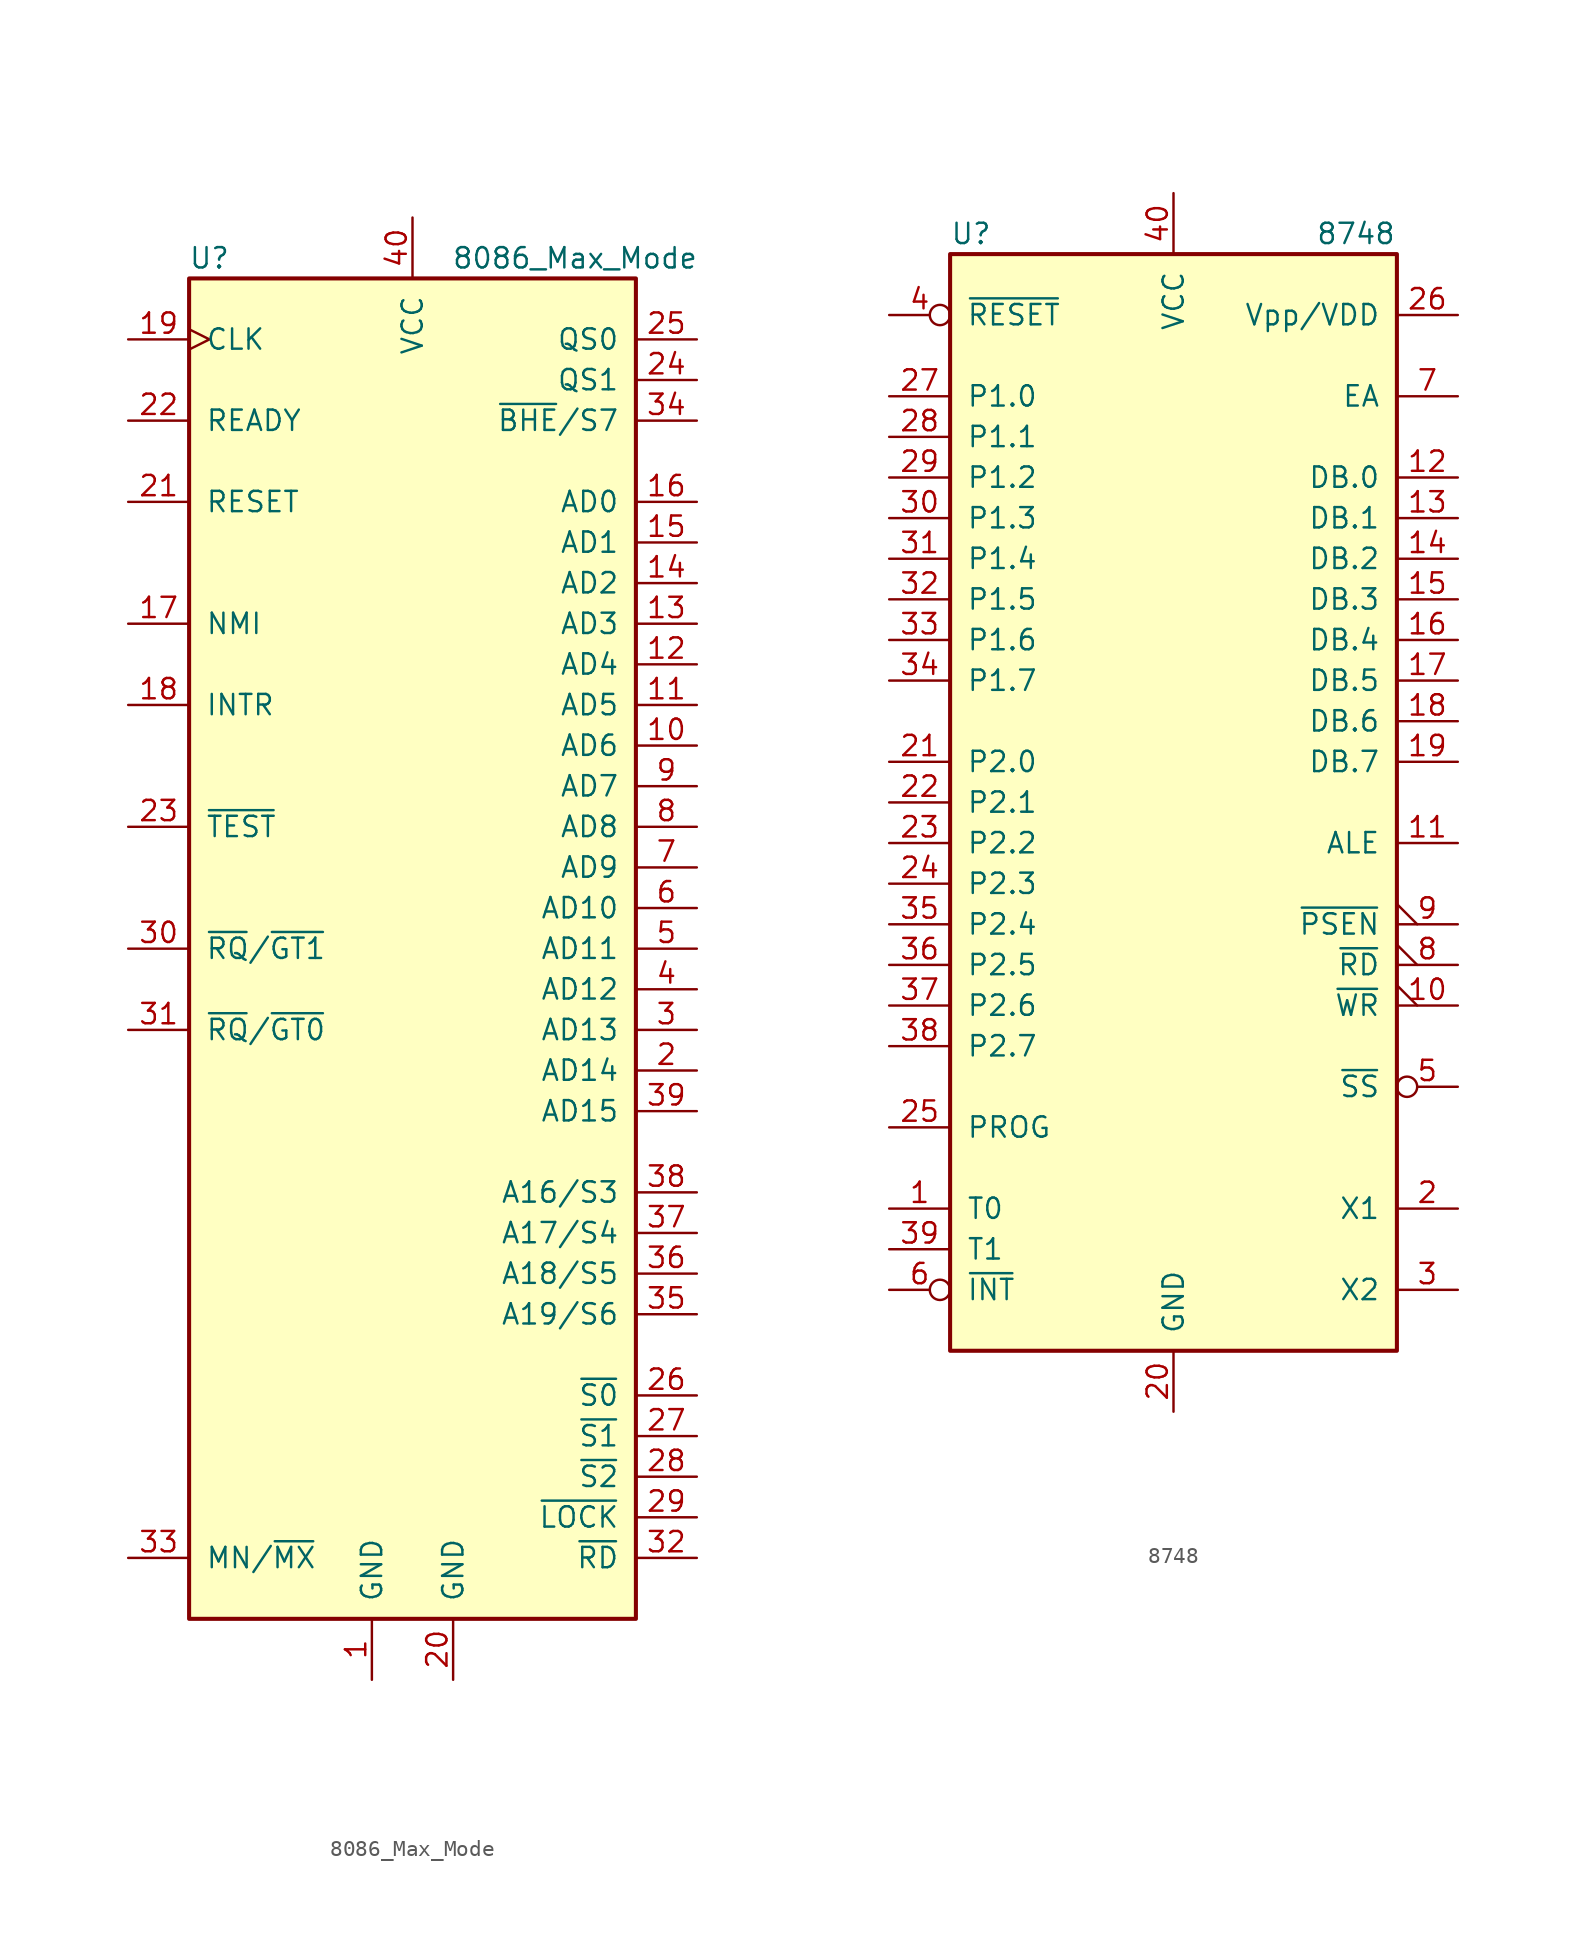
<source format=kicad_sym>
(kicad_symbol_lib
  (version 20201005)
  (generator kicad_symbol_editor)
  (symbol "8086_Max_Mode"
    (pin_names
      (offset 1.016))
    (property "Reference" "U"
      (at -12.7 43.18 0)
      (effects (font (size 1.27 1.27))))
    (property "Value" "8086_Max_Mode"
      (at 10.16 43.18 0)
      (effects (font (size 1.27 1.27))))
    (symbol "8086_Max_Mode_0_1"
      (rectangle (start 13.97 -41.91) (end -13.97 41.91) (stroke (width 0.254)) (fill (type background))))
    (symbol "8086_Max_Mode_1_1"
      (pin power_in line (at -2.54 -45.72 90) (length 3.81) (name "GND" (effects (font (size 1.27 1.27)))) (number "1" (effects (font (size 1.27 1.27)))))
      (pin bidirectional line (at 17.78 12.7 180) (length 3.81) (name "AD6" (effects (font (size 1.27 1.27)))) (number "10" (effects (font (size 1.27 1.27)))))
      (pin bidirectional line (at 17.78 15.24 180) (length 3.81) (name "AD5" (effects (font (size 1.27 1.27)))) (number "11" (effects (font (size 1.27 1.27)))))
      (pin bidirectional line (at 17.78 17.78 180) (length 3.81) (name "AD4" (effects (font (size 1.27 1.27)))) (number "12" (effects (font (size 1.27 1.27)))))
      (pin bidirectional line (at 17.78 20.32 180) (length 3.81) (name "AD3" (effects (font (size 1.27 1.27)))) (number "13" (effects (font (size 1.27 1.27)))))
      (pin bidirectional line (at 17.78 22.86 180) (length 3.81) (name "AD2" (effects (font (size 1.27 1.27)))) (number "14" (effects (font (size 1.27 1.27)))))
      (pin bidirectional line (at 17.78 25.4 180) (length 3.81) (name "AD1" (effects (font (size 1.27 1.27)))) (number "15" (effects (font (size 1.27 1.27)))))
      (pin bidirectional line (at 17.78 27.94 180) (length 3.81) (name "AD0" (effects (font (size 1.27 1.27)))) (number "16" (effects (font (size 1.27 1.27)))))
      (pin input line (at -17.78 20.32 0) (length 3.81) (name "NMI" (effects (font (size 1.27 1.27)))) (number "17" (effects (font (size 1.27 1.27)))))
      (pin input line (at -17.78 15.24 0) (length 3.81) (name "INTR" (effects (font (size 1.27 1.27)))) (number "18" (effects (font (size 1.27 1.27)))))
      (pin input clock (at -17.78 38.1 0) (length 3.81) (name "CLK" (effects (font (size 1.27 1.27)))) (number "19" (effects (font (size 1.27 1.27)))))
      (pin bidirectional line (at 17.78 -7.62 180) (length 3.81) (name "AD14" (effects (font (size 1.27 1.27)))) (number "2" (effects (font (size 1.27 1.27)))))
      (pin power_in line (at 2.54 -45.72 90) (length 3.81) (name "GND" (effects (font (size 1.27 1.27)))) (number "20" (effects (font (size 1.27 1.27)))))
      (pin input line (at -17.78 27.94 0) (length 3.81) (name "RESET" (effects (font (size 1.27 1.27)))) (number "21" (effects (font (size 1.27 1.27)))))
      (pin input line (at -17.78 33.02 0) (length 3.81) (name "READY" (effects (font (size 1.27 1.27)))) (number "22" (effects (font (size 1.27 1.27)))))
      (pin input line (at -17.78 7.62 0) (length 3.81) (name "~TEST~" (effects (font (size 1.27 1.27)))) (number "23" (effects (font (size 1.27 1.27)))))
      (pin output line (at 17.78 35.56 180) (length 3.81) (name "QS1" (effects (font (size 1.27 1.27)))) (number "24" (effects (font (size 1.27 1.27)))))
      (pin output line (at 17.78 38.1 180) (length 3.81) (name "QS0" (effects (font (size 1.27 1.27)))) (number "25" (effects (font (size 1.27 1.27)))))
      (pin output line (at 17.78 -27.94 180) (length 3.81) (name "~S0~" (effects (font (size 1.27 1.27)))) (number "26" (effects (font (size 1.27 1.27)))))
      (pin output line (at 17.78 -30.48 180) (length 3.81) (name "~S1~" (effects (font (size 1.27 1.27)))) (number "27" (effects (font (size 1.27 1.27)))))
      (pin output line (at 17.78 -33.02 180) (length 3.81) (name "~S2~" (effects (font (size 1.27 1.27)))) (number "28" (effects (font (size 1.27 1.27)))))
      (pin output line (at 17.78 -35.56 180) (length 3.81) (name "~LOCK~" (effects (font (size 1.27 1.27)))) (number "29" (effects (font (size 1.27 1.27)))))
      (pin bidirectional line (at 17.78 -5.08 180) (length 3.81) (name "AD13" (effects (font (size 1.27 1.27)))) (number "3" (effects (font (size 1.27 1.27)))))
      (pin bidirectional line (at -17.78 0 0) (length 3.81) (name "~RQ~/~GT1~" (effects (font (size 1.27 1.27)))) (number "30" (effects (font (size 1.27 1.27)))))
      (pin bidirectional line (at -17.78 -5.08 0) (length 3.81) (name "~RQ~/~GT0~" (effects (font (size 1.27 1.27)))) (number "31" (effects (font (size 1.27 1.27)))))
      (pin output line (at 17.78 -38.1 180) (length 3.81) (name "~RD~" (effects (font (size 1.27 1.27)))) (number "32" (effects (font (size 1.27 1.27)))))
      (pin input line (at -17.78 -38.1 0) (length 3.81) (name "MN/~MX~" (effects (font (size 1.27 1.27)))) (number "33" (effects (font (size 1.27 1.27)))))
      (pin output line (at 17.78 33.02 180) (length 3.81) (name "~BHE~/S7" (effects (font (size 1.27 1.27)))) (number "34" (effects (font (size 1.27 1.27)))))
      (pin output line (at 17.78 -22.86 180) (length 3.81) (name "A19/S6" (effects (font (size 1.27 1.27)))) (number "35" (effects (font (size 1.27 1.27)))))
      (pin output line (at 17.78 -20.32 180) (length 3.81) (name "A18/S5" (effects (font (size 1.27 1.27)))) (number "36" (effects (font (size 1.27 1.27)))))
      (pin output line (at 17.78 -17.78 180) (length 3.81) (name "A17/S4" (effects (font (size 1.27 1.27)))) (number "37" (effects (font (size 1.27 1.27)))))
      (pin output line (at 17.78 -15.24 180) (length 3.81) (name "A16/S3" (effects (font (size 1.27 1.27)))) (number "38" (effects (font (size 1.27 1.27)))))
      (pin bidirectional line (at 17.78 -10.16 180) (length 3.81) (name "AD15" (effects (font (size 1.27 1.27)))) (number "39" (effects (font (size 1.27 1.27)))))
      (pin bidirectional line (at 17.78 -2.54 180) (length 3.81) (name "AD12" (effects (font (size 1.27 1.27)))) (number "4" (effects (font (size 1.27 1.27)))))
      (pin power_in line (at 0 45.72 270) (length 3.81) (name "VCC" (effects (font (size 1.27 1.27)))) (number "40" (effects (font (size 1.27 1.27)))))
      (pin bidirectional line (at 17.78 0 180) (length 3.81) (name "AD11" (effects (font (size 1.27 1.27)))) (number "5" (effects (font (size 1.27 1.27)))))
      (pin bidirectional line (at 17.78 2.54 180) (length 3.81) (name "AD10" (effects (font (size 1.27 1.27)))) (number "6" (effects (font (size 1.27 1.27)))))
      (pin bidirectional line (at 17.78 5.08 180) (length 3.81) (name "AD9" (effects (font (size 1.27 1.27)))) (number "7" (effects (font (size 1.27 1.27)))))
      (pin bidirectional line (at 17.78 7.62 180) (length 3.81) (name "AD8" (effects (font (size 1.27 1.27)))) (number "8" (effects (font (size 1.27 1.27)))))
      (pin bidirectional line (at 17.78 10.16 180) (length 3.81) (name "AD7" (effects (font (size 1.27 1.27)))) (number "9" (effects (font (size 1.27 1.27)))))))
  (symbol "8748"
    (pin_names
      (offset 1.016))
    (property "Reference" "U"
      (at -13.97 35.56 0)
      (effects (font (size 1.27 1.27)) (justify left)))
    (property "Value" "8748"
      (at 8.89 35.56 0)
      (effects (font (size 1.27 1.27)) (justify left)))
    (symbol "8748_1_1"
      (rectangle (start -13.97 -34.29) (end 13.97 34.29) (stroke (width 0.254)) (fill (type background)))
      (pin input line (at -17.78 -25.4 0) (length 3.81) (name "T0" (effects (font (size 1.27 1.27)))) (number "1" (effects (font (size 1.27 1.27)))))
      (pin output output_low (at 17.78 -12.7 180) (length 3.81) (name "~WR~" (effects (font (size 1.27 1.27)))) (number "10" (effects (font (size 1.27 1.27)))))
      (pin output line (at 17.78 -2.54 180) (length 3.81) (name "ALE" (effects (font (size 1.27 1.27)))) (number "11" (effects (font (size 1.27 1.27)))))
      (pin bidirectional line (at 17.78 20.32 180) (length 3.81) (name "DB.0" (effects (font (size 1.27 1.27)))) (number "12" (effects (font (size 1.27 1.27)))))
      (pin bidirectional line (at 17.78 17.78 180) (length 3.81) (name "DB.1" (effects (font (size 1.27 1.27)))) (number "13" (effects (font (size 1.27 1.27)))))
      (pin bidirectional line (at 17.78 15.24 180) (length 3.81) (name "DB.2" (effects (font (size 1.27 1.27)))) (number "14" (effects (font (size 1.27 1.27)))))
      (pin bidirectional line (at 17.78 12.7 180) (length 3.81) (name "DB.3" (effects (font (size 1.27 1.27)))) (number "15" (effects (font (size 1.27 1.27)))))
      (pin bidirectional line (at 17.78 10.16 180) (length 3.81) (name "DB.4" (effects (font (size 1.27 1.27)))) (number "16" (effects (font (size 1.27 1.27)))))
      (pin bidirectional line (at 17.78 7.62 180) (length 3.81) (name "DB.5" (effects (font (size 1.27 1.27)))) (number "17" (effects (font (size 1.27 1.27)))))
      (pin bidirectional line (at 17.78 5.08 180) (length 3.81) (name "DB.6" (effects (font (size 1.27 1.27)))) (number "18" (effects (font (size 1.27 1.27)))))
      (pin bidirectional line (at 17.78 2.54 180) (length 3.81) (name "DB.7" (effects (font (size 1.27 1.27)))) (number "19" (effects (font (size 1.27 1.27)))))
      (pin input line (at 17.78 -25.4 180) (length 3.81) (name "X1" (effects (font (size 1.27 1.27)))) (number "2" (effects (font (size 1.27 1.27)))))
      (pin power_in line (at 0 -38.1 90) (length 3.81) (name "GND" (effects (font (size 1.27 1.27)))) (number "20" (effects (font (size 1.27 1.27)))))
      (pin bidirectional line (at -17.78 2.54 0) (length 3.81) (name "P2.0" (effects (font (size 1.27 1.27)))) (number "21" (effects (font (size 1.27 1.27)))))
      (pin bidirectional line (at -17.78 0 0) (length 3.81) (name "P2.1" (effects (font (size 1.27 1.27)))) (number "22" (effects (font (size 1.27 1.27)))))
      (pin bidirectional line (at -17.78 -2.54 0) (length 3.81) (name "P2.2" (effects (font (size 1.27 1.27)))) (number "23" (effects (font (size 1.27 1.27)))))
      (pin bidirectional line (at -17.78 -5.08 0) (length 3.81) (name "P2.3" (effects (font (size 1.27 1.27)))) (number "24" (effects (font (size 1.27 1.27)))))
      (pin output line (at -17.78 -20.32 0) (length 3.81) (name "PROG" (effects (font (size 1.27 1.27)))) (number "25" (effects (font (size 1.27 1.27)))))
      (pin power_in line (at 17.78 30.48 180) (length 3.81) (name "Vpp/VDD" (effects (font (size 1.27 1.27)))) (number "26" (effects (font (size 1.27 1.27)))))
      (pin bidirectional line (at -17.78 25.4 0) (length 3.81) (name "P1.0" (effects (font (size 1.27 1.27)))) (number "27" (effects (font (size 1.27 1.27)))))
      (pin bidirectional line (at -17.78 22.86 0) (length 3.81) (name "P1.1" (effects (font (size 1.27 1.27)))) (number "28" (effects (font (size 1.27 1.27)))))
      (pin bidirectional line (at -17.78 20.32 0) (length 3.81) (name "P1.2" (effects (font (size 1.27 1.27)))) (number "29" (effects (font (size 1.27 1.27)))))
      (pin output line (at 17.78 -30.48 180) (length 3.81) (name "X2" (effects (font (size 1.27 1.27)))) (number "3" (effects (font (size 1.27 1.27)))))
      (pin bidirectional line (at -17.78 17.78 0) (length 3.81) (name "P1.3" (effects (font (size 1.27 1.27)))) (number "30" (effects (font (size 1.27 1.27)))))
      (pin bidirectional line (at -17.78 15.24 0) (length 3.81) (name "P1.4" (effects (font (size 1.27 1.27)))) (number "31" (effects (font (size 1.27 1.27)))))
      (pin bidirectional line (at -17.78 12.7 0) (length 3.81) (name "P1.5" (effects (font (size 1.27 1.27)))) (number "32" (effects (font (size 1.27 1.27)))))
      (pin bidirectional line (at -17.78 10.16 0) (length 3.81) (name "P1.6" (effects (font (size 1.27 1.27)))) (number "33" (effects (font (size 1.27 1.27)))))
      (pin bidirectional line (at -17.78 7.62 0) (length 3.81) (name "P1.7" (effects (font (size 1.27 1.27)))) (number "34" (effects (font (size 1.27 1.27)))))
      (pin bidirectional line (at -17.78 -7.62 0) (length 3.81) (name "P2.4" (effects (font (size 1.27 1.27)))) (number "35" (effects (font (size 1.27 1.27)))))
      (pin bidirectional line (at -17.78 -10.16 0) (length 3.81) (name "P2.5" (effects (font (size 1.27 1.27)))) (number "36" (effects (font (size 1.27 1.27)))))
      (pin bidirectional line (at -17.78 -12.7 0) (length 3.81) (name "P2.6" (effects (font (size 1.27 1.27)))) (number "37" (effects (font (size 1.27 1.27)))))
      (pin bidirectional line (at -17.78 -15.24 0) (length 3.81) (name "P2.7" (effects (font (size 1.27 1.27)))) (number "38" (effects (font (size 1.27 1.27)))))
      (pin input line (at -17.78 -27.94 0) (length 3.81) (name "T1" (effects (font (size 1.27 1.27)))) (number "39" (effects (font (size 1.27 1.27)))))
      (pin input inverted (at -17.78 30.48 0) (length 3.81) (name "~RESET~" (effects (font (size 1.27 1.27)))) (number "4" (effects (font (size 1.27 1.27)))))
      (pin power_in line (at 0 38.1 270) (length 3.81) (name "VCC" (effects (font (size 1.27 1.27)))) (number "40" (effects (font (size 1.27 1.27)))))
      (pin input inverted (at 17.78 -17.78 180) (length 3.81) (name "~SS~" (effects (font (size 1.27 1.27)))) (number "5" (effects (font (size 1.27 1.27)))))
      (pin input inverted (at -17.78 -30.48 0) (length 3.81) (name "~INT~" (effects (font (size 1.27 1.27)))) (number "6" (effects (font (size 1.27 1.27)))))
      (pin input line (at 17.78 25.4 180) (length 3.81) (name "EA" (effects (font (size 1.27 1.27)))) (number "7" (effects (font (size 1.27 1.27)))))
      (pin output output_low (at 17.78 -10.16 180) (length 3.81) (name "~RD~" (effects (font (size 1.27 1.27)))) (number "8" (effects (font (size 1.27 1.27)))))
      (pin output output_low (at 17.78 -7.62 180) (length 3.81) (name "~PSEN~" (effects (font (size 1.27 1.27)))) (number "9" (effects (font (size 1.27 1.27))))))))
</source>
